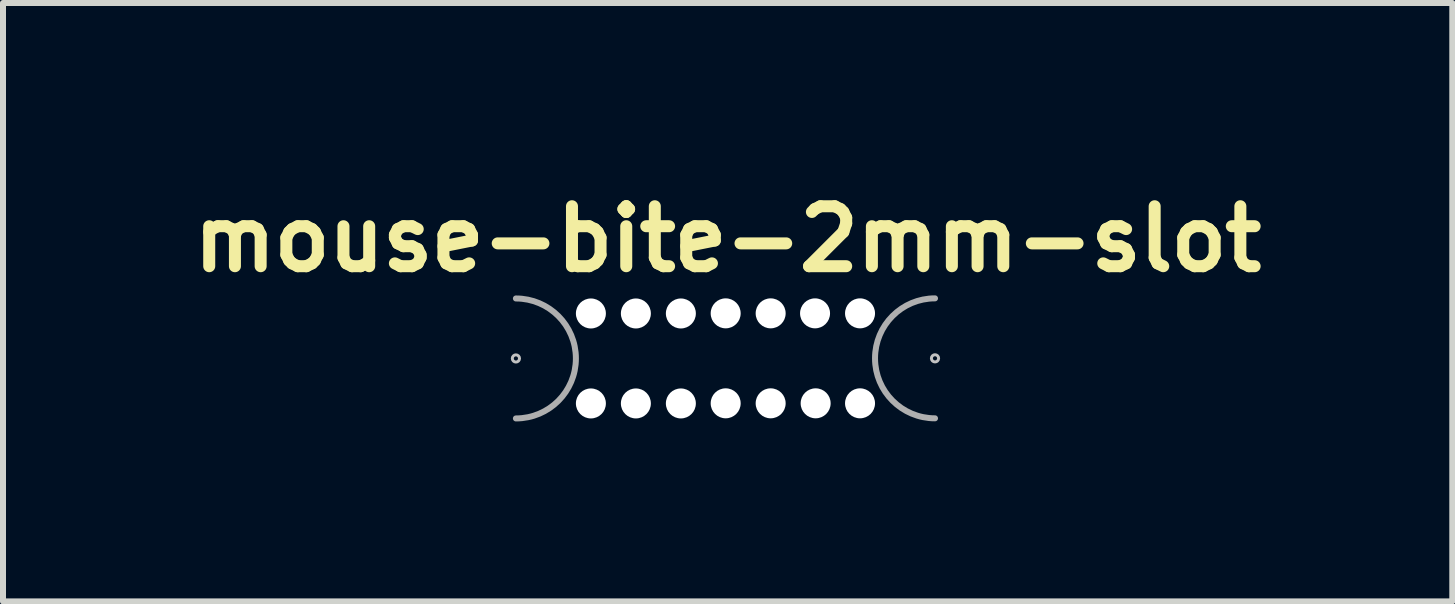
<source format=kicad_pcb>
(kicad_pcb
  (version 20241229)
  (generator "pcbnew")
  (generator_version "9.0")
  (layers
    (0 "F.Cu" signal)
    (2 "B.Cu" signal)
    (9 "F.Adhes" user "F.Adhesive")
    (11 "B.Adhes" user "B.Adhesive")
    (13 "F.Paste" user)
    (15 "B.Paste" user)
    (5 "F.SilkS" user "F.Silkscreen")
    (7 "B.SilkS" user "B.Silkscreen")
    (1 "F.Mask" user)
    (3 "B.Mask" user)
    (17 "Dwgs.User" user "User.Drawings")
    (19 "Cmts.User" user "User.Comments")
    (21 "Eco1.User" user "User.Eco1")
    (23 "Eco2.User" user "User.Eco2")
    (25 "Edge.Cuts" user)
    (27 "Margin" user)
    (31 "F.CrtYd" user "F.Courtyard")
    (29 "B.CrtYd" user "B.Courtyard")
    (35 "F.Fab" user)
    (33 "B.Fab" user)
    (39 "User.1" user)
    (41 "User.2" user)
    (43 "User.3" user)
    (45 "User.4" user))
  (footprint "mouse-bite-2mm-slot"
    (layer "F.Cu")
    (at 9.081 2.936)
    (property "Reference" "mouse-bite-2mm-slot" (at 0 -2 0) (layer "F.SilkS") (effects (font (size 1 1) (thickness 0.2))))
    (attr through_hole)
    (fp_circle (center -3.53 -0.01) (end -3.53 -0.07) (stroke (width 0.05) (type solid)) (fill no) (layer "Dwgs.User"))
    (fp_circle (center 3.457 -0.012) (end 3.517 -0.012) (stroke (width 0.05) (type solid)) (fill no) (layer "Dwgs.User"))
    (fp_line (start -3.53 -0.01) (end -3.53 -0.01) (stroke (width 2) (type solid)) (layer "Eco1.User"))
    (fp_line (start 3.457 -0.012) (end 3.457 -0.012) (stroke (width 2) (type solid)) (layer "Eco1.User"))
    (fp_arc (start -3.53 -1.01) (mid -2.53 -0.01) (end -3.53 0.99) (stroke (width 0.1) (type solid)) (layer "F.Fab"))
    (fp_arc (start 3.457 0.988) (mid 2.457 -0.012) (end 3.457 -1.012) (stroke (width 0.1) (type solid)) (layer "F.Fab"))
    (pad "" np_thru_hole circle (at -2.28 -0.76) (size 0.5 0.5) (drill 0.5) (layers "*.Cu" "*.Mask"))
    (pad "" np_thru_hole circle (at -2.28 0.74) (size 0.5 0.5) (drill 0.5) (layers "*.Cu" "*.Mask"))
    (pad "" np_thru_hole circle (at -1.53 -0.76) (size 0.5 0.5) (drill 0.5) (layers "*.Cu" "*.Mask"))
    (pad "" np_thru_hole circle (at -1.53 0.74) (size 0.5 0.5) (drill 0.5) (layers "*.Cu" "*.Mask"))
    (pad "" np_thru_hole circle (at -0.78 -0.76) (size 0.5 0.5) (drill 0.5) (layers "*.Cu" "*.Mask"))
    (pad "" np_thru_hole circle (at -0.78 0.74) (size 0.5 0.5) (drill 0.5) (layers "*.Cu" "*.Mask"))
    (pad "" np_thru_hole circle (at -0.033 -0.762) (size 0.5 0.5) (drill 0.5) (layers "*.Cu" "*.Mask"))
    (pad "" np_thru_hole circle (at -0.033 0.738) (size 0.5 0.5) (drill 0.5) (layers "*.Cu" "*.Mask"))
    (pad "" np_thru_hole circle (at 0.717 -0.762) (size 0.5 0.5) (drill 0.5) (layers "*.Cu" "*.Mask"))
    (pad "" np_thru_hole circle (at 0.717 0.738) (size 0.5 0.5) (drill 0.5) (layers "*.Cu" "*.Mask"))
    (pad "" np_thru_hole circle (at 1.457 -0.762) (size 0.5 0.5) (drill 0.5) (layers "*.Cu" "*.Mask"))
    (pad "" np_thru_hole circle (at 1.467 0.738) (size 0.5 0.5) (drill 0.5) (layers "*.Cu" "*.Mask"))
    (pad "" np_thru_hole circle (at 2.207 -0.762) (size 0.5 0.5) (drill 0.5) (layers "*.Cu" "*.Mask"))
    (pad "" np_thru_hole circle (at 2.207 0.738) (size 0.5 0.5) (drill 0.5) (layers "*.Cu" "*.Mask")))
  (gr_rect
    (start -3 -3)
    (end 21.162 6.976)
    (stroke (width 0.1) (type default))
    (fill no)
    (layer "Edge.Cuts")))
</source>
